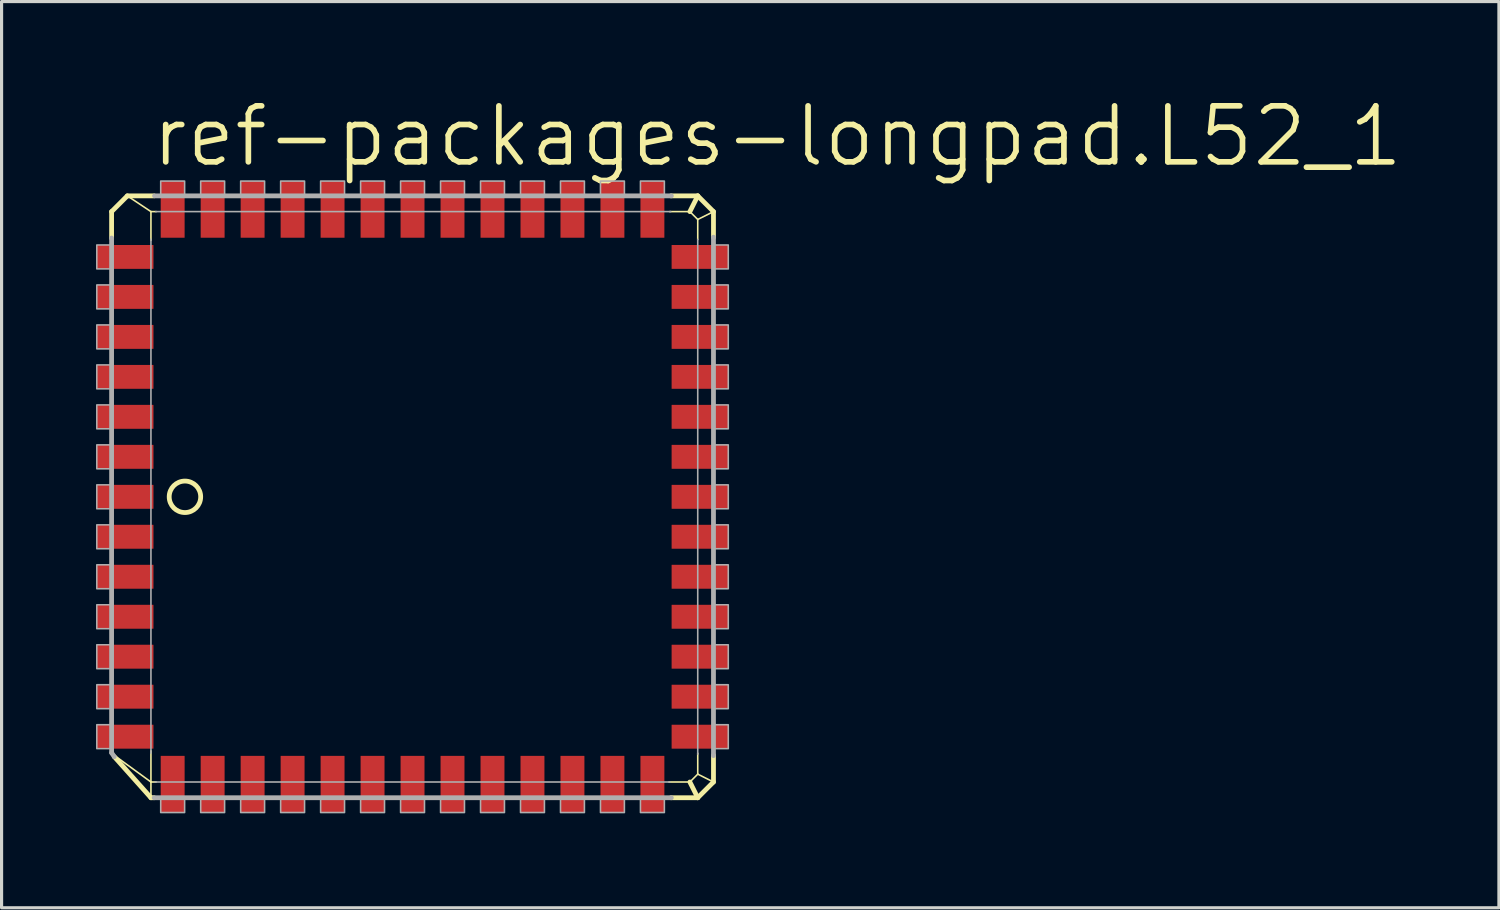
<source format=kicad_pcb>
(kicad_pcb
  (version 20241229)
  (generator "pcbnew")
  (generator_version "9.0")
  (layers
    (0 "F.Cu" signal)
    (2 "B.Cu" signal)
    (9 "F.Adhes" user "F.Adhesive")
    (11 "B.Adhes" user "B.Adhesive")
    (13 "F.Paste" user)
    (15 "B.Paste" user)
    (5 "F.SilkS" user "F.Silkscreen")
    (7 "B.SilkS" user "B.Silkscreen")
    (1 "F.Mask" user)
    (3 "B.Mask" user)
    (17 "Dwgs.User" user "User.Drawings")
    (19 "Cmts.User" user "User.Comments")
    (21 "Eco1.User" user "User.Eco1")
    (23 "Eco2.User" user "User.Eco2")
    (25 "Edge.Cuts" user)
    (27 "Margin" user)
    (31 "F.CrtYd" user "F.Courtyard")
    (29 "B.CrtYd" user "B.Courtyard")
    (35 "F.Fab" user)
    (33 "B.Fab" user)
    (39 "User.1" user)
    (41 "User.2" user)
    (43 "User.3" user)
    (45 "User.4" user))
  (footprint "ref-packages-longpad.L52_1"
    (layer "F.Cu")
    (at 10.055 12.732)
    (property "Reference" "ref-packages-longpad.L52_1" (at -8.382 -10.414 0) (layer "F.SilkS") (effects (font (size 1.778 1.778) (thickness 0.18)) (justify left bottom)))
    (attr smd)
    (fp_line (start -9.56 -9.06) (end -9.06 -9.56) (stroke (width 0.152) (type default)) (layer "F.SilkS"))
    (fp_line (start -9.56 -8.211) (end -9.56 -9.06) (stroke (width 0.152) (type default)) (layer "F.SilkS"))
    (fp_line (start -9.06 -9.56) (end -8.31 -9.06) (stroke (width 0.051) (type default)) (layer "F.SilkS"))
    (fp_line (start -9.06 -9.56) (end -8.211 -9.56) (stroke (width 0.152) (type default)) (layer "F.SilkS"))
    (fp_line (start -8.31 -9.06) (end -8.146 -9.06) (stroke (width 0.051) (type default)) (layer "F.SilkS"))
    (fp_line (start -8.31 -8.146) (end -8.31 -9.06) (stroke (width 0.051) (type default)) (layer "F.SilkS"))
    (fp_line (start -8.31 9.06) (end -9.47 8.217) (stroke (width 0.051) (type default)) (layer "F.SilkS"))
    (fp_line (start -8.31 9.06) (end -8.31 8.071) (stroke (width 0.051) (type default)) (layer "F.SilkS"))
    (fp_line (start -8.31 9.56) (end -9.475 8.255) (stroke (width 0.152) (type default)) (layer "F.SilkS"))
    (fp_line (start -8.31 9.56) (end -8.31 9.06) (stroke (width 0.051) (type default)) (layer "F.SilkS"))
    (fp_line (start -8.211 9.56) (end -8.31 9.56) (stroke (width 0.152) (type default)) (layer "F.SilkS"))
    (fp_line (start -8.146 9.06) (end -8.31 9.06) (stroke (width 0.051) (type default)) (layer "F.SilkS"))
    (fp_line (start 8.171 -9.06) (end 8.81 -9.06) (stroke (width 0.051) (type default)) (layer "F.SilkS"))
    (fp_line (start 8.211 -9.56) (end 9.06 -9.56) (stroke (width 0.152) (type default)) (layer "F.SilkS"))
    (fp_line (start 8.81 -9.06) (end 9.06 -9.56) (stroke (width 0.152) (type default)) (layer "F.SilkS"))
    (fp_line (start 8.81 -9.06) (end 9.06 -8.81) (stroke (width 0.051) (type default)) (layer "F.SilkS"))
    (fp_line (start 8.81 9.06) (end 8.146 9.06) (stroke (width 0.051) (type default)) (layer "F.SilkS"))
    (fp_line (start 9.06 -9.56) (end 9.56 -9.06) (stroke (width 0.152) (type default)) (layer "F.SilkS"))
    (fp_line (start 9.06 -8.81) (end 9.06 -8.171) (stroke (width 0.051) (type default)) (layer "F.SilkS"))
    (fp_line (start 9.06 -8.81) (end 9.56 -9.06) (stroke (width 0.051) (type default)) (layer "F.SilkS"))
    (fp_line (start 9.06 8.146) (end 9.06 8.81) (stroke (width 0.051) (type default)) (layer "F.SilkS"))
    (fp_line (start 9.06 8.81) (end 8.81 9.06) (stroke (width 0.051) (type default)) (layer "F.SilkS"))
    (fp_line (start 9.06 9.56) (end 8.211 9.56) (stroke (width 0.152) (type default)) (layer "F.SilkS"))
    (fp_line (start 9.06 9.56) (end 8.81 9.06) (stroke (width 0.152) (type default)) (layer "F.SilkS"))
    (fp_line (start 9.56 -9.06) (end 9.56 -8.236) (stroke (width 0.152) (type default)) (layer "F.SilkS"))
    (fp_line (start 9.56 8.211) (end 9.56 9.06) (stroke (width 0.152) (type default)) (layer "F.SilkS"))
    (fp_line (start 9.56 9.06) (end 9.06 8.81) (stroke (width 0.051) (type default)) (layer "F.SilkS"))
    (fp_line (start 9.56 9.06) (end 9.06 9.56) (stroke (width 0.152) (type default)) (layer "F.SilkS"))
    (fp_circle (center -7.23 0) (end -6.73 0) (stroke (width 0.152) (type default)) (fill no) (layer "F.SilkS"))
    (fp_line (start -9.56 8.127) (end -9.56 -8.221) (stroke (width 0.152) (type default)) (layer "F.Fab"))
    (fp_line (start -9.475 8.255) (end -9.56 8.131) (stroke (width 0.152) (type default)) (layer "F.Fab"))
    (fp_line (start -8.31 8.145) (end -8.31 -8.185) (stroke (width 0.051) (type default)) (layer "F.Fab"))
    (fp_line (start -8.196 -9.56) (end 8.223 -9.56) (stroke (width 0.152) (type default)) (layer "F.Fab"))
    (fp_line (start -8.154 -9.06) (end 8.202 -9.06) (stroke (width 0.051) (type default)) (layer "F.Fab"))
    (fp_line (start 8.175 9.06) (end -8.186 9.06) (stroke (width 0.051) (type default)) (layer "F.Fab"))
    (fp_line (start 8.221 9.56) (end -8.208 9.56) (stroke (width 0.152) (type default)) (layer "F.Fab"))
    (fp_line (start 9.06 -8.177) (end 9.06 8.175) (stroke (width 0.051) (type default)) (layer "F.Fab"))
    (fp_line (start 9.56 -8.248) (end 9.56 8.221) (stroke (width 0.152) (type default)) (layer "F.Fab"))
    (fp_rect (start -10.03 -7.24) (end -9.56 -8) (stroke (width 0.05) (type default)) (fill no) (layer "F.Fab"))
    (fp_rect (start -10.03 -5.97) (end -9.56 -6.73) (stroke (width 0.05) (type default)) (fill no) (layer "F.Fab"))
    (fp_rect (start -10.03 -4.7) (end -9.56 -5.46) (stroke (width 0.05) (type default)) (fill no) (layer "F.Fab"))
    (fp_rect (start -10.03 -3.43) (end -9.56 -4.19) (stroke (width 0.05) (type default)) (fill no) (layer "F.Fab"))
    (fp_rect (start -10.03 -2.16) (end -9.56 -2.92) (stroke (width 0.05) (type default)) (fill no) (layer "F.Fab"))
    (fp_rect (start -10.03 -0.89) (end -9.56 -1.65) (stroke (width 0.05) (type default)) (fill no) (layer "F.Fab"))
    (fp_rect (start -10.03 0.38) (end -9.56 -0.38) (stroke (width 0.05) (type default)) (fill no) (layer "F.Fab"))
    (fp_rect (start -10.03 1.65) (end -9.56 0.89) (stroke (width 0.05) (type default)) (fill no) (layer "F.Fab"))
    (fp_rect (start -10.03 2.92) (end -9.56 2.16) (stroke (width 0.05) (type default)) (fill no) (layer "F.Fab"))
    (fp_rect (start -10.03 4.19) (end -9.56 3.43) (stroke (width 0.05) (type default)) (fill no) (layer "F.Fab"))
    (fp_rect (start -10.03 5.46) (end -9.56 4.7) (stroke (width 0.05) (type default)) (fill no) (layer "F.Fab"))
    (fp_rect (start -10.03 6.73) (end -9.56 5.97) (stroke (width 0.05) (type default)) (fill no) (layer "F.Fab"))
    (fp_rect (start -10.03 8) (end -9.56 7.24) (stroke (width 0.05) (type default)) (fill no) (layer "F.Fab"))
    (fp_rect (start -8 -9.56) (end -7.24 -10.03) (stroke (width 0.05) (type default)) (fill no) (layer "F.Fab"))
    (fp_rect (start -8 10.03) (end -7.24 9.56) (stroke (width 0.05) (type default)) (fill no) (layer "F.Fab"))
    (fp_rect (start -6.73 -9.56) (end -5.97 -10.03) (stroke (width 0.05) (type default)) (fill no) (layer "F.Fab"))
    (fp_rect (start -6.73 10.03) (end -5.97 9.56) (stroke (width 0.05) (type default)) (fill no) (layer "F.Fab"))
    (fp_rect (start -5.46 -9.56) (end -4.7 -10.03) (stroke (width 0.05) (type default)) (fill no) (layer "F.Fab"))
    (fp_rect (start -5.46 10.03) (end -4.7 9.56) (stroke (width 0.05) (type default)) (fill no) (layer "F.Fab"))
    (fp_rect (start -4.19 -9.56) (end -3.43 -10.03) (stroke (width 0.05) (type default)) (fill no) (layer "F.Fab"))
    (fp_rect (start -4.19 10.03) (end -3.43 9.56) (stroke (width 0.05) (type default)) (fill no) (layer "F.Fab"))
    (fp_rect (start -2.92 -9.56) (end -2.16 -10.03) (stroke (width 0.05) (type default)) (fill no) (layer "F.Fab"))
    (fp_rect (start -2.92 10.03) (end -2.16 9.56) (stroke (width 0.05) (type default)) (fill no) (layer "F.Fab"))
    (fp_rect (start -1.65 -9.56) (end -0.89 -10.03) (stroke (width 0.05) (type default)) (fill no) (layer "F.Fab"))
    (fp_rect (start -1.65 10.03) (end -0.89 9.56) (stroke (width 0.05) (type default)) (fill no) (layer "F.Fab"))
    (fp_rect (start -0.38 -9.56) (end 0.38 -10.03) (stroke (width 0.05) (type default)) (fill no) (layer "F.Fab"))
    (fp_rect (start -0.38 10.03) (end 0.38 9.56) (stroke (width 0.05) (type default)) (fill no) (layer "F.Fab"))
    (fp_rect (start 0.89 -9.56) (end 1.65 -10.03) (stroke (width 0.05) (type default)) (fill no) (layer "F.Fab"))
    (fp_rect (start 0.89 10.03) (end 1.65 9.56) (stroke (width 0.05) (type default)) (fill no) (layer "F.Fab"))
    (fp_rect (start 2.16 -9.56) (end 2.92 -10.03) (stroke (width 0.05) (type default)) (fill no) (layer "F.Fab"))
    (fp_rect (start 2.16 10.03) (end 2.92 9.56) (stroke (width 0.05) (type default)) (fill no) (layer "F.Fab"))
    (fp_rect (start 3.43 -9.56) (end 4.19 -10.03) (stroke (width 0.05) (type default)) (fill no) (layer "F.Fab"))
    (fp_rect (start 3.43 10.03) (end 4.19 9.56) (stroke (width 0.05) (type default)) (fill no) (layer "F.Fab"))
    (fp_rect (start 4.7 -9.56) (end 5.46 -10.03) (stroke (width 0.05) (type default)) (fill no) (layer "F.Fab"))
    (fp_rect (start 4.7 10.03) (end 5.46 9.56) (stroke (width 0.05) (type default)) (fill no) (layer "F.Fab"))
    (fp_rect (start 5.97 -9.56) (end 6.73 -10.03) (stroke (width 0.05) (type default)) (fill no) (layer "F.Fab"))
    (fp_rect (start 5.97 10.03) (end 6.73 9.56) (stroke (width 0.05) (type default)) (fill no) (layer "F.Fab"))
    (fp_rect (start 7.24 -9.56) (end 8 -10.03) (stroke (width 0.05) (type default)) (fill no) (layer "F.Fab"))
    (fp_rect (start 7.24 10.03) (end 8 9.56) (stroke (width 0.05) (type default)) (fill no) (layer "F.Fab"))
    (fp_rect (start 9.56 -7.24) (end 10.03 -8) (stroke (width 0.05) (type default)) (fill no) (layer "F.Fab"))
    (fp_rect (start 9.56 -5.97) (end 10.03 -6.73) (stroke (width 0.05) (type default)) (fill no) (layer "F.Fab"))
    (fp_rect (start 9.56 -4.7) (end 10.03 -5.46) (stroke (width 0.05) (type default)) (fill no) (layer "F.Fab"))
    (fp_rect (start 9.56 -3.43) (end 10.03 -4.19) (stroke (width 0.05) (type default)) (fill no) (layer "F.Fab"))
    (fp_rect (start 9.56 -2.16) (end 10.03 -2.92) (stroke (width 0.05) (type default)) (fill no) (layer "F.Fab"))
    (fp_rect (start 9.56 -0.89) (end 10.03 -1.65) (stroke (width 0.05) (type default)) (fill no) (layer "F.Fab"))
    (fp_rect (start 9.56 0.38) (end 10.03 -0.38) (stroke (width 0.05) (type default)) (fill no) (layer "F.Fab"))
    (fp_rect (start 9.56 1.65) (end 10.03 0.89) (stroke (width 0.05) (type default)) (fill no) (layer "F.Fab"))
    (fp_rect (start 9.56 2.92) (end 10.03 2.16) (stroke (width 0.05) (type default)) (fill no) (layer "F.Fab"))
    (fp_rect (start 9.56 4.19) (end 10.03 3.43) (stroke (width 0.05) (type default)) (fill no) (layer "F.Fab"))
    (fp_rect (start 9.56 5.46) (end 10.03 4.7) (stroke (width 0.05) (type default)) (fill no) (layer "F.Fab"))
    (fp_rect (start 9.56 6.73) (end 10.03 5.97) (stroke (width 0.05) (type default)) (fill no) (layer "F.Fab"))
    (fp_rect (start 9.56 8) (end 10.03 7.24) (stroke (width 0.05) (type default)) (fill no) (layer "F.Fab"))
    (pad "1" smd roundrect (at -9.13 0) (size 1.8 0.76) (layers "F.Cu" "F.Mask" "F.Paste") (roundrect_rratio 0.01))
    (pad "2" smd roundrect (at -9.13 1.27) (size 1.8 0.76) (layers "F.Cu" "F.Mask" "F.Paste") (roundrect_rratio 0.01))
    (pad "3" smd roundrect (at -9.13 2.54) (size 1.8 0.76) (layers "F.Cu" "F.Mask" "F.Paste") (roundrect_rratio 0.01))
    (pad "4" smd roundrect (at -9.13 3.81) (size 1.8 0.76) (layers "F.Cu" "F.Mask" "F.Paste") (roundrect_rratio 0.01))
    (pad "5" smd roundrect (at -9.13 5.08) (size 1.8 0.76) (layers "F.Cu" "F.Mask" "F.Paste") (roundrect_rratio 0.01))
    (pad "6" smd roundrect (at -9.13 6.35) (size 1.8 0.76) (layers "F.Cu" "F.Mask" "F.Paste") (roundrect_rratio 0.01))
    (pad "7" smd roundrect (at -9.13 7.62) (size 1.8 0.76) (layers "F.Cu" "F.Mask" "F.Paste") (roundrect_rratio 0.01))
    (pad "8" smd roundrect (at -7.62 9.13) (size 0.76 1.8) (layers "F.Cu" "F.Mask" "F.Paste") (roundrect_rratio 0.01))
    (pad "9" smd roundrect (at -6.35 9.13) (size 0.76 1.8) (layers "F.Cu" "F.Mask" "F.Paste") (roundrect_rratio 0.01))
    (pad "10" smd roundrect (at -5.08 9.13) (size 0.76 1.8) (layers "F.Cu" "F.Mask" "F.Paste") (roundrect_rratio 0.01))
    (pad "11" smd roundrect (at -3.81 9.13) (size 0.76 1.8) (layers "F.Cu" "F.Mask" "F.Paste") (roundrect_rratio 0.01))
    (pad "12" smd roundrect (at -2.54 9.13) (size 0.76 1.8) (layers "F.Cu" "F.Mask" "F.Paste") (roundrect_rratio 0.01))
    (pad "13" smd roundrect (at -1.27 9.13) (size 0.76 1.8) (layers "F.Cu" "F.Mask" "F.Paste") (roundrect_rratio 0.01))
    (pad "14" smd roundrect (at 0 9.13) (size 0.76 1.8) (layers "F.Cu" "F.Mask" "F.Paste") (roundrect_rratio 0.01))
    (pad "15" smd roundrect (at 1.27 9.13) (size 0.76 1.8) (layers "F.Cu" "F.Mask" "F.Paste") (roundrect_rratio 0.01))
    (pad "16" smd roundrect (at 2.54 9.13) (size 0.76 1.8) (layers "F.Cu" "F.Mask" "F.Paste") (roundrect_rratio 0.01))
    (pad "17" smd roundrect (at 3.81 9.13) (size 0.76 1.8) (layers "F.Cu" "F.Mask" "F.Paste") (roundrect_rratio 0.01))
    (pad "18" smd roundrect (at 5.08 9.13) (size 0.76 1.8) (layers "F.Cu" "F.Mask" "F.Paste") (roundrect_rratio 0.01))
    (pad "19" smd roundrect (at 6.35 9.13) (size 0.76 1.8) (layers "F.Cu" "F.Mask" "F.Paste") (roundrect_rratio 0.01))
    (pad "20" smd roundrect (at 7.62 9.13) (size 0.76 1.8) (layers "F.Cu" "F.Mask" "F.Paste") (roundrect_rratio 0.01))
    (pad "21" smd roundrect (at 9.13 7.62) (size 1.8 0.76) (layers "F.Cu" "F.Mask" "F.Paste") (roundrect_rratio 0.01))
    (pad "22" smd roundrect (at 9.13 6.35) (size 1.8 0.76) (layers "F.Cu" "F.Mask" "F.Paste") (roundrect_rratio 0.01))
    (pad "23" smd roundrect (at 9.13 5.08) (size 1.8 0.76) (layers "F.Cu" "F.Mask" "F.Paste") (roundrect_rratio 0.01))
    (pad "24" smd roundrect (at 9.13 3.81) (size 1.8 0.76) (layers "F.Cu" "F.Mask" "F.Paste") (roundrect_rratio 0.01))
    (pad "25" smd roundrect (at 9.13 2.54) (size 1.8 0.76) (layers "F.Cu" "F.Mask" "F.Paste") (roundrect_rratio 0.01))
    (pad "26" smd roundrect (at 9.13 1.27) (size 1.8 0.76) (layers "F.Cu" "F.Mask" "F.Paste") (roundrect_rratio 0.01))
    (pad "27" smd roundrect (at 9.13 0) (size 1.8 0.76) (layers "F.Cu" "F.Mask" "F.Paste") (roundrect_rratio 0.01))
    (pad "28" smd roundrect (at 9.13 -1.27) (size 1.8 0.76) (layers "F.Cu" "F.Mask" "F.Paste") (roundrect_rratio 0.01))
    (pad "29" smd roundrect (at 9.13 -2.54) (size 1.8 0.76) (layers "F.Cu" "F.Mask" "F.Paste") (roundrect_rratio 0.01))
    (pad "30" smd roundrect (at 9.13 -3.81) (size 1.8 0.76) (layers "F.Cu" "F.Mask" "F.Paste") (roundrect_rratio 0.01))
    (pad "31" smd roundrect (at 9.13 -5.08) (size 1.8 0.76) (layers "F.Cu" "F.Mask" "F.Paste") (roundrect_rratio 0.01))
    (pad "32" smd roundrect (at 9.13 -6.35) (size 1.8 0.76) (layers "F.Cu" "F.Mask" "F.Paste") (roundrect_rratio 0.01))
    (pad "33" smd roundrect (at 9.13 -7.62) (size 1.8 0.76) (layers "F.Cu" "F.Mask" "F.Paste") (roundrect_rratio 0.01))
    (pad "34" smd roundrect (at 7.62 -9.13) (size 0.76 1.8) (layers "F.Cu" "F.Mask" "F.Paste") (roundrect_rratio 0.01))
    (pad "35" smd roundrect (at 6.35 -9.13) (size 0.76 1.8) (layers "F.Cu" "F.Mask" "F.Paste") (roundrect_rratio 0.01))
    (pad "36" smd roundrect (at 5.08 -9.13) (size 0.76 1.8) (layers "F.Cu" "F.Mask" "F.Paste") (roundrect_rratio 0.01))
    (pad "37" smd roundrect (at 3.81 -9.13) (size 0.76 1.8) (layers "F.Cu" "F.Mask" "F.Paste") (roundrect_rratio 0.01))
    (pad "38" smd roundrect (at 2.54 -9.13) (size 0.76 1.8) (layers "F.Cu" "F.Mask" "F.Paste") (roundrect_rratio 0.01))
    (pad "39" smd roundrect (at 1.27 -9.13) (size 0.76 1.8) (layers "F.Cu" "F.Mask" "F.Paste") (roundrect_rratio 0.01))
    (pad "40" smd roundrect (at 0 -9.13) (size 0.76 1.8) (layers "F.Cu" "F.Mask" "F.Paste") (roundrect_rratio 0.01))
    (pad "41" smd roundrect (at -1.27 -9.13) (size 0.76 1.8) (layers "F.Cu" "F.Mask" "F.Paste") (roundrect_rratio 0.01))
    (pad "42" smd roundrect (at -2.54 -9.13) (size 0.76 1.8) (layers "F.Cu" "F.Mask" "F.Paste") (roundrect_rratio 0.01))
    (pad "43" smd roundrect (at -3.81 -9.13) (size 0.76 1.8) (layers "F.Cu" "F.Mask" "F.Paste") (roundrect_rratio 0.01))
    (pad "44" smd roundrect (at -5.08 -9.13) (size 0.76 1.8) (layers "F.Cu" "F.Mask" "F.Paste") (roundrect_rratio 0.01))
    (pad "45" smd roundrect (at -6.35 -9.13) (size 0.76 1.8) (layers "F.Cu" "F.Mask" "F.Paste") (roundrect_rratio 0.01))
    (pad "46" smd roundrect (at -7.62 -9.13) (size 0.76 1.8) (layers "F.Cu" "F.Mask" "F.Paste") (roundrect_rratio 0.01))
    (pad "47" smd roundrect (at -9.13 -7.62) (size 1.8 0.76) (layers "F.Cu" "F.Mask" "F.Paste") (roundrect_rratio 0.01))
    (pad "48" smd roundrect (at -9.13 -6.35) (size 1.8 0.76) (layers "F.Cu" "F.Mask" "F.Paste") (roundrect_rratio 0.01))
    (pad "49" smd roundrect (at -9.13 -5.08) (size 1.8 0.76) (layers "F.Cu" "F.Mask" "F.Paste") (roundrect_rratio 0.01))
    (pad "50" smd roundrect (at -9.13 -3.81) (size 1.8 0.76) (layers "F.Cu" "F.Mask" "F.Paste") (roundrect_rratio 0.01))
    (pad "51" smd roundrect (at -9.13 -2.54) (size 1.8 0.76) (layers "F.Cu" "F.Mask" "F.Paste") (roundrect_rratio 0.01))
    (pad "52" smd roundrect (at -9.13 -1.27) (size 1.8 0.76) (layers "F.Cu" "F.Mask" "F.Paste") (roundrect_rratio 0.01)))
  (gr_rect
    (start -3 -3)
    (end 44.566 25.787)
    (stroke (width 0.1) (type default))
    (fill no)
    (layer "Edge.Cuts")))
</source>
